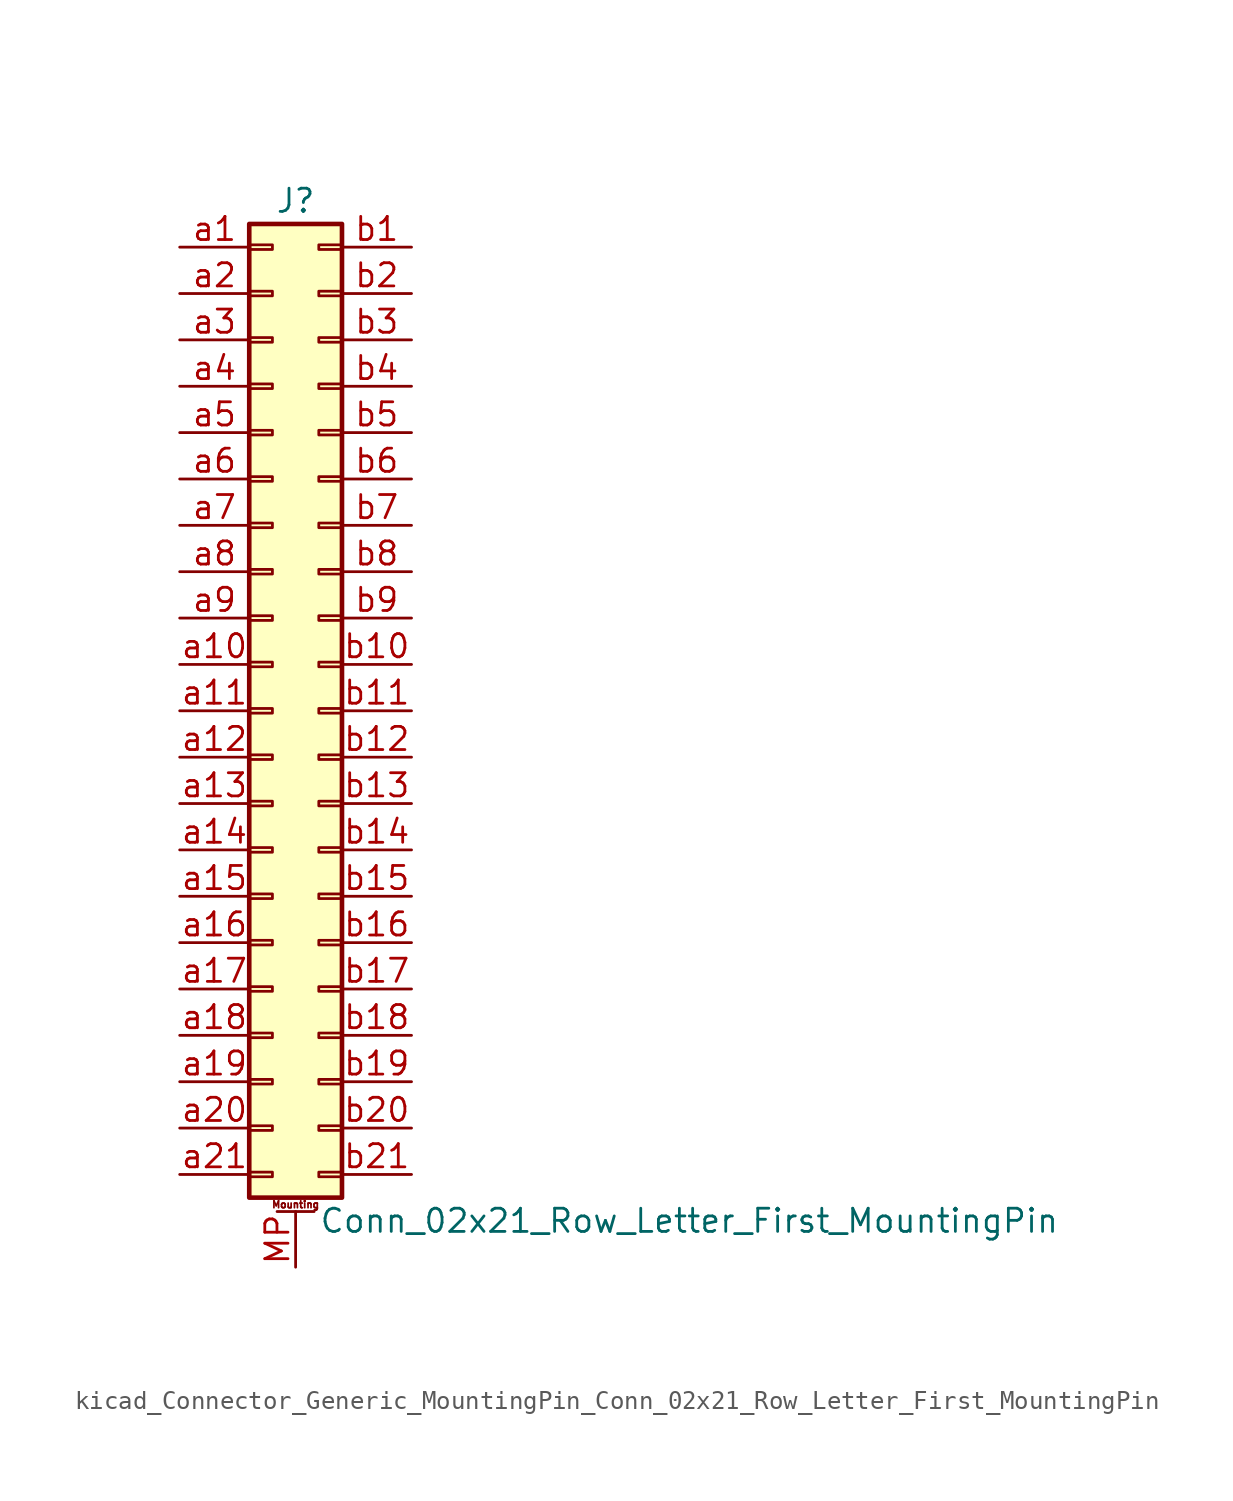
<source format=kicad_sym>
(kicad_symbol_lib
  (version 20220914)
  (generator kicad_symbol_editor)
  (symbol "kicad_Connector_Generic_MountingPin_Conn_02x21_Row_Letter_First_MountingPin"
    (pin_names
      (offset 1.016) hide)
    (property "Reference" "J"
      (at 1.27 27.94 0)
      (effects (font (size 1.27 1.27))))
    (property "Value" "Conn_02x21_Row_Letter_First_MountingPin"
      (at 2.54 -27.94 0)
      (effects (font (size 1.27 1.27)) (justify left)))
    (symbol "kicad_Connector_Generic_MountingPin_Conn_02x21_Row_Letter_First_MountingPin_1_1"
      (rectangle (start -1.27 -25.273) (end 0 -25.527) (stroke (width 0.152) (type default)) (fill (type none)))
      (rectangle (start -1.27 -22.733) (end 0 -22.987) (stroke (width 0.152) (type default)) (fill (type none)))
      (rectangle (start -1.27 -20.193) (end 0 -20.447) (stroke (width 0.152) (type default)) (fill (type none)))
      (rectangle (start -1.27 -17.653) (end 0 -17.907) (stroke (width 0.152) (type default)) (fill (type none)))
      (rectangle (start -1.27 -15.113) (end 0 -15.367) (stroke (width 0.152) (type default)) (fill (type none)))
      (rectangle (start -1.27 -12.573) (end 0 -12.827) (stroke (width 0.152) (type default)) (fill (type none)))
      (rectangle (start -1.27 -10.033) (end 0 -10.287) (stroke (width 0.152) (type default)) (fill (type none)))
      (rectangle (start -1.27 -7.493) (end 0 -7.747) (stroke (width 0.152) (type default)) (fill (type none)))
      (rectangle (start -1.27 -4.953) (end 0 -5.207) (stroke (width 0.152) (type default)) (fill (type none)))
      (rectangle (start -1.27 -2.413) (end 0 -2.667) (stroke (width 0.152) (type default)) (fill (type none)))
      (rectangle (start -1.27 0.127) (end 0 -0.127) (stroke (width 0.152) (type default)) (fill (type none)))
      (rectangle (start -1.27 2.667) (end 0 2.413) (stroke (width 0.152) (type default)) (fill (type none)))
      (rectangle (start -1.27 5.207) (end 0 4.953) (stroke (width 0.152) (type default)) (fill (type none)))
      (rectangle (start -1.27 7.747) (end 0 7.493) (stroke (width 0.152) (type default)) (fill (type none)))
      (rectangle (start -1.27 10.287) (end 0 10.033) (stroke (width 0.152) (type default)) (fill (type none)))
      (rectangle (start -1.27 12.827) (end 0 12.573) (stroke (width 0.152) (type default)) (fill (type none)))
      (rectangle (start -1.27 15.367) (end 0 15.113) (stroke (width 0.152) (type default)) (fill (type none)))
      (rectangle (start -1.27 17.907) (end 0 17.653) (stroke (width 0.152) (type default)) (fill (type none)))
      (rectangle (start -1.27 20.447) (end 0 20.193) (stroke (width 0.152) (type default)) (fill (type none)))
      (rectangle (start -1.27 22.987) (end 0 22.733) (stroke (width 0.152) (type default)) (fill (type none)))
      (rectangle (start -1.27 25.527) (end 0 25.273) (stroke (width 0.152) (type default)) (fill (type none)))
      (rectangle (start -1.27 26.67) (end 3.81 -26.67) (stroke (width 0.254) (type default)) (fill (type background)))
      (polyline (pts (xy 0.254 -27.432) (xy 2.286 -27.432)) (stroke (width 0.152) (type default)) (fill (type none)))
      (rectangle (start 3.81 -25.273) (end 2.54 -25.527) (stroke (width 0.152) (type default)) (fill (type none)))
      (rectangle (start 3.81 -22.733) (end 2.54 -22.987) (stroke (width 0.152) (type default)) (fill (type none)))
      (rectangle (start 3.81 -20.193) (end 2.54 -20.447) (stroke (width 0.152) (type default)) (fill (type none)))
      (rectangle (start 3.81 -17.653) (end 2.54 -17.907) (stroke (width 0.152) (type default)) (fill (type none)))
      (rectangle (start 3.81 -15.113) (end 2.54 -15.367) (stroke (width 0.152) (type default)) (fill (type none)))
      (rectangle (start 3.81 -12.573) (end 2.54 -12.827) (stroke (width 0.152) (type default)) (fill (type none)))
      (rectangle (start 3.81 -10.033) (end 2.54 -10.287) (stroke (width 0.152) (type default)) (fill (type none)))
      (rectangle (start 3.81 -7.493) (end 2.54 -7.747) (stroke (width 0.152) (type default)) (fill (type none)))
      (rectangle (start 3.81 -4.953) (end 2.54 -5.207) (stroke (width 0.152) (type default)) (fill (type none)))
      (rectangle (start 3.81 -2.413) (end 2.54 -2.667) (stroke (width 0.152) (type default)) (fill (type none)))
      (rectangle (start 3.81 0.127) (end 2.54 -0.127) (stroke (width 0.152) (type default)) (fill (type none)))
      (rectangle (start 3.81 2.667) (end 2.54 2.413) (stroke (width 0.152) (type default)) (fill (type none)))
      (rectangle (start 3.81 5.207) (end 2.54 4.953) (stroke (width 0.152) (type default)) (fill (type none)))
      (rectangle (start 3.81 7.747) (end 2.54 7.493) (stroke (width 0.152) (type default)) (fill (type none)))
      (rectangle (start 3.81 10.287) (end 2.54 10.033) (stroke (width 0.152) (type default)) (fill (type none)))
      (rectangle (start 3.81 12.827) (end 2.54 12.573) (stroke (width 0.152) (type default)) (fill (type none)))
      (rectangle (start 3.81 15.367) (end 2.54 15.113) (stroke (width 0.152) (type default)) (fill (type none)))
      (rectangle (start 3.81 17.907) (end 2.54 17.653) (stroke (width 0.152) (type default)) (fill (type none)))
      (rectangle (start 3.81 20.447) (end 2.54 20.193) (stroke (width 0.152) (type default)) (fill (type none)))
      (rectangle (start 3.81 22.987) (end 2.54 22.733) (stroke (width 0.152) (type default)) (fill (type none)))
      (rectangle (start 3.81 25.527) (end 2.54 25.273) (stroke (width 0.152) (type default)) (fill (type none)))
      (text "Mounting" (at 1.27 -27.051 0) (effects (font (size 0.381 0.381))))
      (pin passive line (at 1.27 -30.48 90) (length 3.048) (name "MountPin" (effects (font (size 1.27 1.27)))) (number "MP" (effects (font (size 1.27 1.27)))))
      (pin passive line (at -5.08 25.4 0) (length 3.81) (name "Pin_a1" (effects (font (size 1.27 1.27)))) (number "a1" (effects (font (size 1.27 1.27)))))
      (pin passive line (at -5.08 2.54 0) (length 3.81) (name "Pin_a10" (effects (font (size 1.27 1.27)))) (number "a10" (effects (font (size 1.27 1.27)))))
      (pin passive line (at -5.08 0 0) (length 3.81) (name "Pin_a11" (effects (font (size 1.27 1.27)))) (number "a11" (effects (font (size 1.27 1.27)))))
      (pin passive line (at -5.08 -2.54 0) (length 3.81) (name "Pin_a12" (effects (font (size 1.27 1.27)))) (number "a12" (effects (font (size 1.27 1.27)))))
      (pin passive line (at -5.08 -5.08 0) (length 3.81) (name "Pin_a13" (effects (font (size 1.27 1.27)))) (number "a13" (effects (font (size 1.27 1.27)))))
      (pin passive line (at -5.08 -7.62 0) (length 3.81) (name "Pin_a14" (effects (font (size 1.27 1.27)))) (number "a14" (effects (font (size 1.27 1.27)))))
      (pin passive line (at -5.08 -10.16 0) (length 3.81) (name "Pin_a15" (effects (font (size 1.27 1.27)))) (number "a15" (effects (font (size 1.27 1.27)))))
      (pin passive line (at -5.08 -12.7 0) (length 3.81) (name "Pin_a16" (effects (font (size 1.27 1.27)))) (number "a16" (effects (font (size 1.27 1.27)))))
      (pin passive line (at -5.08 -15.24 0) (length 3.81) (name "Pin_a17" (effects (font (size 1.27 1.27)))) (number "a17" (effects (font (size 1.27 1.27)))))
      (pin passive line (at -5.08 -17.78 0) (length 3.81) (name "Pin_a18" (effects (font (size 1.27 1.27)))) (number "a18" (effects (font (size 1.27 1.27)))))
      (pin passive line (at -5.08 -20.32 0) (length 3.81) (name "Pin_a19" (effects (font (size 1.27 1.27)))) (number "a19" (effects (font (size 1.27 1.27)))))
      (pin passive line (at -5.08 22.86 0) (length 3.81) (name "Pin_a2" (effects (font (size 1.27 1.27)))) (number "a2" (effects (font (size 1.27 1.27)))))
      (pin passive line (at -5.08 -22.86 0) (length 3.81) (name "Pin_a20" (effects (font (size 1.27 1.27)))) (number "a20" (effects (font (size 1.27 1.27)))))
      (pin passive line (at -5.08 -25.4 0) (length 3.81) (name "Pin_a21" (effects (font (size 1.27 1.27)))) (number "a21" (effects (font (size 1.27 1.27)))))
      (pin passive line (at -5.08 20.32 0) (length 3.81) (name "Pin_a3" (effects (font (size 1.27 1.27)))) (number "a3" (effects (font (size 1.27 1.27)))))
      (pin passive line (at -5.08 17.78 0) (length 3.81) (name "Pin_a4" (effects (font (size 1.27 1.27)))) (number "a4" (effects (font (size 1.27 1.27)))))
      (pin passive line (at -5.08 15.24 0) (length 3.81) (name "Pin_a5" (effects (font (size 1.27 1.27)))) (number "a5" (effects (font (size 1.27 1.27)))))
      (pin passive line (at -5.08 12.7 0) (length 3.81) (name "Pin_a6" (effects (font (size 1.27 1.27)))) (number "a6" (effects (font (size 1.27 1.27)))))
      (pin passive line (at -5.08 10.16 0) (length 3.81) (name "Pin_a7" (effects (font (size 1.27 1.27)))) (number "a7" (effects (font (size 1.27 1.27)))))
      (pin passive line (at -5.08 7.62 0) (length 3.81) (name "Pin_a8" (effects (font (size 1.27 1.27)))) (number "a8" (effects (font (size 1.27 1.27)))))
      (pin passive line (at -5.08 5.08 0) (length 3.81) (name "Pin_a9" (effects (font (size 1.27 1.27)))) (number "a9" (effects (font (size 1.27 1.27)))))
      (pin passive line (at 7.62 25.4 180) (length 3.81) (name "Pin_b1" (effects (font (size 1.27 1.27)))) (number "b1" (effects (font (size 1.27 1.27)))))
      (pin passive line (at 7.62 2.54 180) (length 3.81) (name "Pin_b10" (effects (font (size 1.27 1.27)))) (number "b10" (effects (font (size 1.27 1.27)))))
      (pin passive line (at 7.62 0 180) (length 3.81) (name "Pin_b11" (effects (font (size 1.27 1.27)))) (number "b11" (effects (font (size 1.27 1.27)))))
      (pin passive line (at 7.62 -2.54 180) (length 3.81) (name "Pin_b12" (effects (font (size 1.27 1.27)))) (number "b12" (effects (font (size 1.27 1.27)))))
      (pin passive line (at 7.62 -5.08 180) (length 3.81) (name "Pin_b13" (effects (font (size 1.27 1.27)))) (number "b13" (effects (font (size 1.27 1.27)))))
      (pin passive line (at 7.62 -7.62 180) (length 3.81) (name "Pin_b14" (effects (font (size 1.27 1.27)))) (number "b14" (effects (font (size 1.27 1.27)))))
      (pin passive line (at 7.62 -10.16 180) (length 3.81) (name "Pin_b15" (effects (font (size 1.27 1.27)))) (number "b15" (effects (font (size 1.27 1.27)))))
      (pin passive line (at 7.62 -12.7 180) (length 3.81) (name "Pin_b16" (effects (font (size 1.27 1.27)))) (number "b16" (effects (font (size 1.27 1.27)))))
      (pin passive line (at 7.62 -15.24 180) (length 3.81) (name "Pin_b17" (effects (font (size 1.27 1.27)))) (number "b17" (effects (font (size 1.27 1.27)))))
      (pin passive line (at 7.62 -17.78 180) (length 3.81) (name "Pin_b18" (effects (font (size 1.27 1.27)))) (number "b18" (effects (font (size 1.27 1.27)))))
      (pin passive line (at 7.62 -20.32 180) (length 3.81) (name "Pin_b19" (effects (font (size 1.27 1.27)))) (number "b19" (effects (font (size 1.27 1.27)))))
      (pin passive line (at 7.62 22.86 180) (length 3.81) (name "Pin_b2" (effects (font (size 1.27 1.27)))) (number "b2" (effects (font (size 1.27 1.27)))))
      (pin passive line (at 7.62 -22.86 180) (length 3.81) (name "Pin_b20" (effects (font (size 1.27 1.27)))) (number "b20" (effects (font (size 1.27 1.27)))))
      (pin passive line (at 7.62 -25.4 180) (length 3.81) (name "Pin_b21" (effects (font (size 1.27 1.27)))) (number "b21" (effects (font (size 1.27 1.27)))))
      (pin passive line (at 7.62 20.32 180) (length 3.81) (name "Pin_b3" (effects (font (size 1.27 1.27)))) (number "b3" (effects (font (size 1.27 1.27)))))
      (pin passive line (at 7.62 17.78 180) (length 3.81) (name "Pin_b4" (effects (font (size 1.27 1.27)))) (number "b4" (effects (font (size 1.27 1.27)))))
      (pin passive line (at 7.62 15.24 180) (length 3.81) (name "Pin_b5" (effects (font (size 1.27 1.27)))) (number "b5" (effects (font (size 1.27 1.27)))))
      (pin passive line (at 7.62 12.7 180) (length 3.81) (name "Pin_b6" (effects (font (size 1.27 1.27)))) (number "b6" (effects (font (size 1.27 1.27)))))
      (pin passive line (at 7.62 10.16 180) (length 3.81) (name "Pin_b7" (effects (font (size 1.27 1.27)))) (number "b7" (effects (font (size 1.27 1.27)))))
      (pin passive line (at 7.62 7.62 180) (length 3.81) (name "Pin_b8" (effects (font (size 1.27 1.27)))) (number "b8" (effects (font (size 1.27 1.27)))))
      (pin passive line (at 7.62 5.08 180) (length 3.81) (name "Pin_b9" (effects (font (size 1.27 1.27)))) (number "b9" (effects (font (size 1.27 1.27))))))))
</source>
